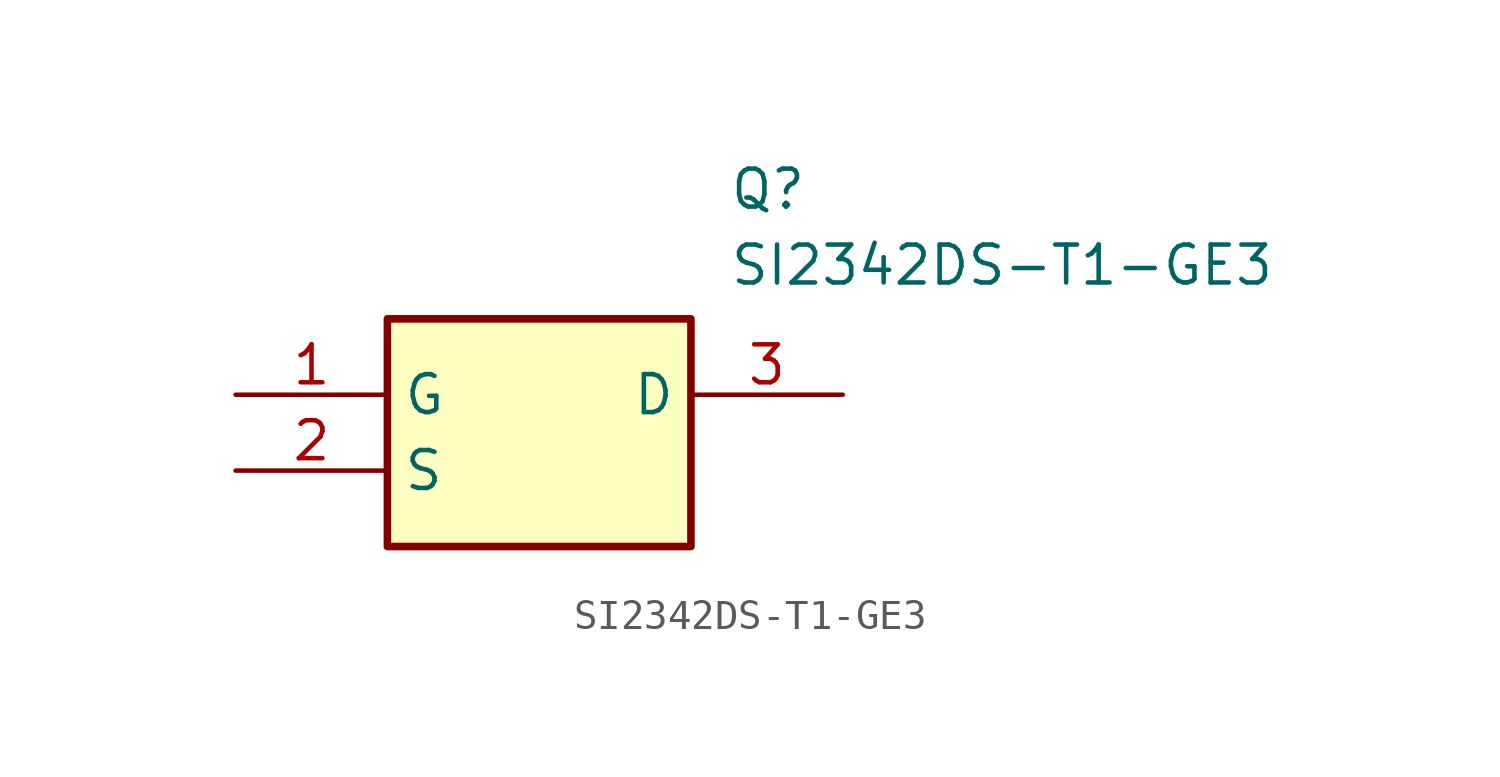
<source format=kicad_sym>
(kicad_symbol_lib
  (version 20211014)
  (generator SamacSys_ECAD_Model)
  (symbol "SI2342DS-T1-GE3"
    (property "Reference" "Q"
      (at 16.51 7.62 0)
      (effects (font (size 1.27 1.27)) (justify left top)))
    (property "Value" "SI2342DS-T1-GE3"
      (at 16.51 5.08 0)
      (effects (font (size 1.27 1.27)) (justify left top)))
    (rectangle
      (start 5.08 2.54)
      (end 15.24 -5.08)
      (stroke (width 0.254) (type default))
      (fill (type background)))
    (pin passive line
      (at 0 0 0)
      (length 5.08)
      (name "G" (effects (font (size 1.27 1.27))))
      (number "1" (effects (font (size 1.27 1.27)))))
    (pin passive line
      (at 0 -2.54 0)
      (length 5.08)
      (name "S" (effects (font (size 1.27 1.27))))
      (number "2" (effects (font (size 1.27 1.27)))))
    (pin passive line
      (at 20.32 0 180)
      (length 5.08)
      (name "D" (effects (font (size 1.27 1.27))))
      (number "3" (effects (font (size 1.27 1.27)))))))
</source>
